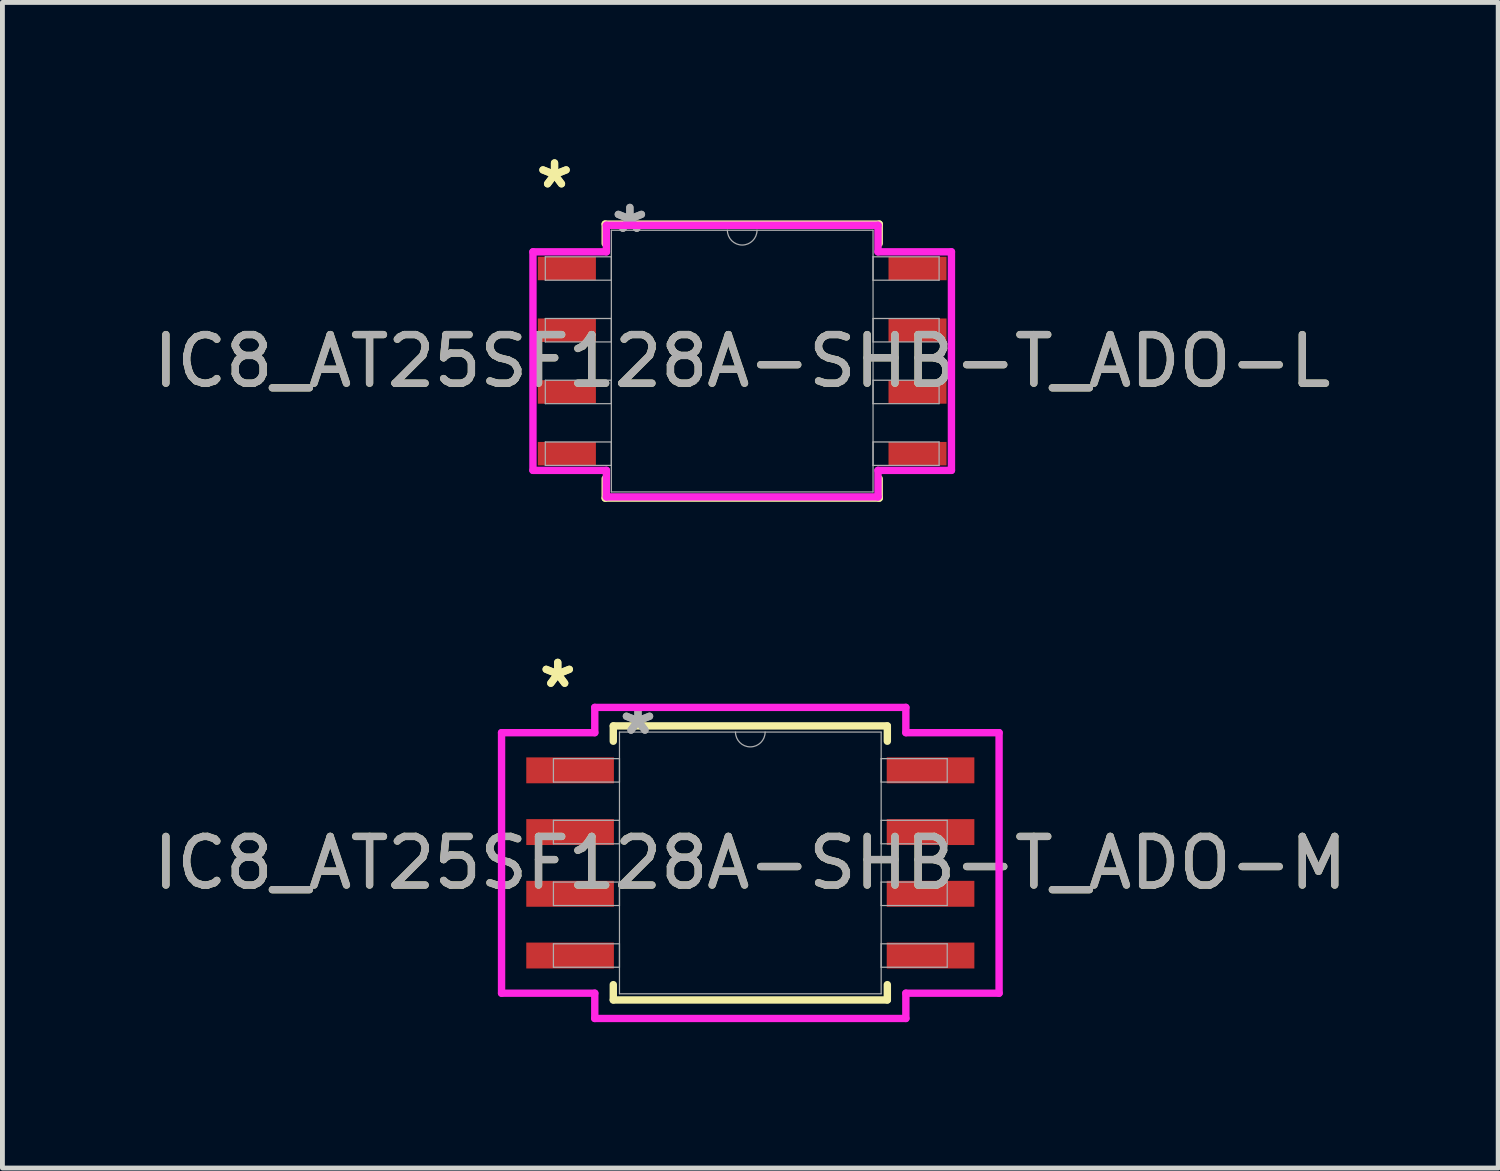
<source format=kicad_pcb>
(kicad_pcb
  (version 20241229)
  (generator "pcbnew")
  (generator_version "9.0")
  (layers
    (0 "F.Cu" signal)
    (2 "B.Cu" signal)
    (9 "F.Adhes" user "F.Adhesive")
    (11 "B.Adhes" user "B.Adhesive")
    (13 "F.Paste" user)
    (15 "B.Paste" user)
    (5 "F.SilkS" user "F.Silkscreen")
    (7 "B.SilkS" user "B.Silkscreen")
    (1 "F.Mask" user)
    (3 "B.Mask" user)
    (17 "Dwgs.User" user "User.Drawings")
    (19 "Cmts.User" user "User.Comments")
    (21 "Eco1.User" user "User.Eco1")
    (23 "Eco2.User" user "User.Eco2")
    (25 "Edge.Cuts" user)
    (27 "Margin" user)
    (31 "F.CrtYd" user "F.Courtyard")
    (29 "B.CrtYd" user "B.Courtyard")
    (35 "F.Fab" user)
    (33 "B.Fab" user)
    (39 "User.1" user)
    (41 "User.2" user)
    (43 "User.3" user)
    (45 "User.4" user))
  (footprint "IC8_AT25SF128A-SHB-T_ADO-M"
    (layer "F.Cu")
    (at 12.387 14.704)
    (property "Reference" "IC8_AT25SF128A-SHB-T_ADO-M" (at 0 0 0) (unlocked yes) (layer "F.SilkS") (effects (font (size 1 1) (thickness 0.15))))
    (attr smd)
    (fp_line (start -2.819 -2.819) (end -2.819 -2.504) (stroke (width 0.152) (type solid)) (layer "F.SilkS"))
    (fp_line (start -2.819 2.504) (end -2.819 2.819) (stroke (width 0.152) (type solid)) (layer "F.SilkS"))
    (fp_line (start -2.819 2.819) (end 2.819 2.819) (stroke (width 0.152) (type solid)) (layer "F.SilkS"))
    (fp_line (start 2.819 -2.819) (end -2.819 -2.819) (stroke (width 0.152) (type solid)) (layer "F.SilkS"))
    (fp_line (start 2.819 -2.504) (end 2.819 -2.819) (stroke (width 0.152) (type solid)) (layer "F.SilkS"))
    (fp_line (start 2.819 2.819) (end 2.819 2.504) (stroke (width 0.152) (type solid)) (layer "F.SilkS"))
    (fp_line (start -5.118 -2.68) (end -3.2 -2.68) (stroke (width 0.152) (type solid)) (layer "F.CrtYd"))
    (fp_line (start -5.118 2.68) (end -5.118 -2.68) (stroke (width 0.152) (type solid)) (layer "F.CrtYd"))
    (fp_line (start -5.118 2.68) (end -3.2 2.68) (stroke (width 0.152) (type solid)) (layer "F.CrtYd"))
    (fp_line (start -3.2 -3.2) (end 3.2 -3.2) (stroke (width 0.152) (type solid)) (layer "F.CrtYd"))
    (fp_line (start -3.2 -2.68) (end -3.2 -3.2) (stroke (width 0.152) (type solid)) (layer "F.CrtYd"))
    (fp_line (start -3.2 3.2) (end -3.2 2.68) (stroke (width 0.152) (type solid)) (layer "F.CrtYd"))
    (fp_line (start 3.2 -3.2) (end 3.2 -2.68) (stroke (width 0.152) (type solid)) (layer "F.CrtYd"))
    (fp_line (start 3.2 2.68) (end 3.2 3.2) (stroke (width 0.152) (type solid)) (layer "F.CrtYd"))
    (fp_line (start 3.2 3.2) (end -3.2 3.2) (stroke (width 0.152) (type solid)) (layer "F.CrtYd"))
    (fp_line (start 5.118 -2.68) (end 3.2 -2.68) (stroke (width 0.152) (type solid)) (layer "F.CrtYd"))
    (fp_line (start 5.118 -2.68) (end 5.118 2.68) (stroke (width 0.152) (type solid)) (layer "F.CrtYd"))
    (fp_line (start 5.118 2.68) (end 3.2 2.68) (stroke (width 0.152) (type solid)) (layer "F.CrtYd"))
    (fp_line (start -4.051 -2.146) (end -4.051 -1.664) (stroke (width 0.025) (type solid)) (layer "F.Fab"))
    (fp_line (start -4.051 -1.664) (end -2.692 -1.664) (stroke (width 0.025) (type solid)) (layer "F.Fab"))
    (fp_line (start -4.051 -0.876) (end -4.051 -0.394) (stroke (width 0.025) (type solid)) (layer "F.Fab"))
    (fp_line (start -4.051 -0.394) (end -2.692 -0.394) (stroke (width 0.025) (type solid)) (layer "F.Fab"))
    (fp_line (start -4.051 0.394) (end -4.051 0.876) (stroke (width 0.025) (type solid)) (layer "F.Fab"))
    (fp_line (start -4.051 0.876) (end -2.692 0.876) (stroke (width 0.025) (type solid)) (layer "F.Fab"))
    (fp_line (start -4.051 1.664) (end -4.051 2.146) (stroke (width 0.025) (type solid)) (layer "F.Fab"))
    (fp_line (start -4.051 2.146) (end -2.692 2.146) (stroke (width 0.025) (type solid)) (layer "F.Fab"))
    (fp_line (start -2.692 -2.692) (end -2.692 2.692) (stroke (width 0.025) (type solid)) (layer "F.Fab"))
    (fp_line (start -2.692 -2.146) (end -4.051 -2.146) (stroke (width 0.025) (type solid)) (layer "F.Fab"))
    (fp_line (start -2.692 -1.664) (end -2.692 -2.146) (stroke (width 0.025) (type solid)) (layer "F.Fab"))
    (fp_line (start -2.692 -0.876) (end -4.051 -0.876) (stroke (width 0.025) (type solid)) (layer "F.Fab"))
    (fp_line (start -2.692 -0.394) (end -2.692 -0.876) (stroke (width 0.025) (type solid)) (layer "F.Fab"))
    (fp_line (start -2.692 0.394) (end -4.051 0.394) (stroke (width 0.025) (type solid)) (layer "F.Fab"))
    (fp_line (start -2.692 0.876) (end -2.692 0.394) (stroke (width 0.025) (type solid)) (layer "F.Fab"))
    (fp_line (start -2.692 1.664) (end -4.051 1.664) (stroke (width 0.025) (type solid)) (layer "F.Fab"))
    (fp_line (start -2.692 2.146) (end -2.692 1.664) (stroke (width 0.025) (type solid)) (layer "F.Fab"))
    (fp_line (start -2.692 2.692) (end 2.692 2.692) (stroke (width 0.025) (type solid)) (layer "F.Fab"))
    (fp_line (start 2.692 -2.692) (end -2.692 -2.692) (stroke (width 0.025) (type solid)) (layer "F.Fab"))
    (fp_line (start 2.692 -2.146) (end 2.692 -1.664) (stroke (width 0.025) (type solid)) (layer "F.Fab"))
    (fp_line (start 2.692 -1.664) (end 4.051 -1.664) (stroke (width 0.025) (type solid)) (layer "F.Fab"))
    (fp_line (start 2.692 -0.876) (end 2.692 -0.394) (stroke (width 0.025) (type solid)) (layer "F.Fab"))
    (fp_line (start 2.692 -0.394) (end 4.051 -0.394) (stroke (width 0.025) (type solid)) (layer "F.Fab"))
    (fp_line (start 2.692 0.394) (end 2.692 0.876) (stroke (width 0.025) (type solid)) (layer "F.Fab"))
    (fp_line (start 2.692 0.876) (end 4.051 0.876) (stroke (width 0.025) (type solid)) (layer "F.Fab"))
    (fp_line (start 2.692 1.664) (end 2.692 2.146) (stroke (width 0.025) (type solid)) (layer "F.Fab"))
    (fp_line (start 2.692 2.146) (end 4.051 2.146) (stroke (width 0.025) (type solid)) (layer "F.Fab"))
    (fp_line (start 2.692 2.692) (end 2.692 -2.692) (stroke (width 0.025) (type solid)) (layer "F.Fab"))
    (fp_line (start 4.051 -2.146) (end 2.692 -2.146) (stroke (width 0.025) (type solid)) (layer "F.Fab"))
    (fp_line (start 4.051 -1.664) (end 4.051 -2.146) (stroke (width 0.025) (type solid)) (layer "F.Fab"))
    (fp_line (start 4.051 -0.876) (end 2.692 -0.876) (stroke (width 0.025) (type solid)) (layer "F.Fab"))
    (fp_line (start 4.051 -0.394) (end 4.051 -0.876) (stroke (width 0.025) (type solid)) (layer "F.Fab"))
    (fp_line (start 4.051 0.394) (end 2.692 0.394) (stroke (width 0.025) (type solid)) (layer "F.Fab"))
    (fp_line (start 4.051 0.876) (end 4.051 0.394) (stroke (width 0.025) (type solid)) (layer "F.Fab"))
    (fp_line (start 4.051 1.664) (end 2.692 1.664) (stroke (width 0.025) (type solid)) (layer "F.Fab"))
    (fp_line (start 4.051 2.146) (end 4.051 1.664) (stroke (width 0.025) (type solid)) (layer "F.Fab"))
    (fp_arc (start 0.3048 -2.6924) (mid 0 -2.3876) (end -0.3048 -2.6924) (stroke (width 0.0254) (type solid)) (layer "F.Fab"))
    (fp_text user "*" (at -3.962 -3.581 0) (layer "F.SilkS") (effects (font (size 1 1) (thickness 0.15))))
    (fp_text user "*" (at -3.962 -3.581 0) (unlocked yes) (layer "F.SilkS") (effects (font (size 1 1) (thickness 0.15))))
    (fp_text user "${REFERENCE}" (at 0 0 0) (unlocked yes) (layer "F.Fab") (effects (font (size 1 1) (thickness 0.15))))
    (fp_text user "*" (at -2.311 -2.616 0) (unlocked yes) (layer "F.Fab") (effects (font (size 1 1) (thickness 0.15))))
    (fp_text user "*" (at -2.311 -2.616 0) (layer "F.Fab") (effects (font (size 1 1) (thickness 0.15))))
    (pad "1" smd rect (at -3.708 -1.905) (size 1.803 0.533) (layers "F.Cu" "F.Mask" "F.Paste"))
    (pad "2" smd rect (at -3.708 -0.635) (size 1.803 0.533) (layers "F.Cu" "F.Mask" "F.Paste"))
    (pad "3" smd rect (at -3.708 0.635) (size 1.803 0.533) (layers "F.Cu" "F.Mask" "F.Paste"))
    (pad "4" smd rect (at -3.708 1.905) (size 1.803 0.533) (layers "F.Cu" "F.Mask" "F.Paste"))
    (pad "5" smd rect (at 3.708 1.905) (size 1.803 0.533) (layers "F.Cu" "F.Mask" "F.Paste"))
    (pad "6" smd rect (at 3.708 0.635) (size 1.803 0.533) (layers "F.Cu" "F.Mask" "F.Paste"))
    (pad "7" smd rect (at 3.708 -0.635) (size 1.803 0.533) (layers "F.Cu" "F.Mask" "F.Paste"))
    (pad "8" smd rect (at 3.708 -1.905) (size 1.803 0.533) (layers "F.Cu" "F.Mask" "F.Paste")))
  (footprint "IC8_AT25SF128A-SHB-T_ADO-L"
    (layer "F.Cu")
    (at 12.22 4.379)
    (property "Reference" "IC8_AT25SF128A-SHB-T_ADO-L" (at 0 0 0) (unlocked yes) (layer "F.SilkS") (effects (font (size 1 1) (thickness 0.15))))
    (attr smd)
    (fp_line (start -2.819 -2.819) (end -2.819 -2.419) (stroke (width 0.152) (type solid)) (layer "F.SilkS"))
    (fp_line (start -2.819 2.419) (end -2.819 2.819) (stroke (width 0.152) (type solid)) (layer "F.SilkS"))
    (fp_line (start -2.819 2.819) (end 2.819 2.819) (stroke (width 0.152) (type solid)) (layer "F.SilkS"))
    (fp_line (start 2.819 -2.819) (end -2.819 -2.819) (stroke (width 0.152) (type solid)) (layer "F.SilkS"))
    (fp_line (start 2.819 -2.419) (end 2.819 -2.819) (stroke (width 0.152) (type solid)) (layer "F.SilkS"))
    (fp_line (start 2.819 2.819) (end 2.819 2.419) (stroke (width 0.152) (type solid)) (layer "F.SilkS"))
    (fp_line (start -4.305 -2.248) (end -2.794 -2.248) (stroke (width 0.152) (type solid)) (layer "F.CrtYd"))
    (fp_line (start -4.305 2.248) (end -4.305 -2.248) (stroke (width 0.152) (type solid)) (layer "F.CrtYd"))
    (fp_line (start -4.305 2.248) (end -2.794 2.248) (stroke (width 0.152) (type solid)) (layer "F.CrtYd"))
    (fp_line (start -2.794 -2.794) (end 2.794 -2.794) (stroke (width 0.152) (type solid)) (layer "F.CrtYd"))
    (fp_line (start -2.794 -2.248) (end -2.794 -2.794) (stroke (width 0.152) (type solid)) (layer "F.CrtYd"))
    (fp_line (start -2.794 2.794) (end -2.794 2.248) (stroke (width 0.152) (type solid)) (layer "F.CrtYd"))
    (fp_line (start 2.794 -2.794) (end 2.794 -2.248) (stroke (width 0.152) (type solid)) (layer "F.CrtYd"))
    (fp_line (start 2.794 2.248) (end 2.794 2.794) (stroke (width 0.152) (type solid)) (layer "F.CrtYd"))
    (fp_line (start 2.794 2.794) (end -2.794 2.794) (stroke (width 0.152) (type solid)) (layer "F.CrtYd"))
    (fp_line (start 4.305 -2.248) (end 2.794 -2.248) (stroke (width 0.152) (type solid)) (layer "F.CrtYd"))
    (fp_line (start 4.305 -2.248) (end 4.305 2.248) (stroke (width 0.152) (type solid)) (layer "F.CrtYd"))
    (fp_line (start 4.305 2.248) (end 2.794 2.248) (stroke (width 0.152) (type solid)) (layer "F.CrtYd"))
    (fp_line (start -4.051 -2.146) (end -4.051 -1.664) (stroke (width 0.025) (type solid)) (layer "F.Fab"))
    (fp_line (start -4.051 -1.664) (end -2.692 -1.664) (stroke (width 0.025) (type solid)) (layer "F.Fab"))
    (fp_line (start -4.051 -0.876) (end -4.051 -0.394) (stroke (width 0.025) (type solid)) (layer "F.Fab"))
    (fp_line (start -4.051 -0.394) (end -2.692 -0.394) (stroke (width 0.025) (type solid)) (layer "F.Fab"))
    (fp_line (start -4.051 0.394) (end -4.051 0.876) (stroke (width 0.025) (type solid)) (layer "F.Fab"))
    (fp_line (start -4.051 0.876) (end -2.692 0.876) (stroke (width 0.025) (type solid)) (layer "F.Fab"))
    (fp_line (start -4.051 1.664) (end -4.051 2.146) (stroke (width 0.025) (type solid)) (layer "F.Fab"))
    (fp_line (start -4.051 2.146) (end -2.692 2.146) (stroke (width 0.025) (type solid)) (layer "F.Fab"))
    (fp_line (start -2.692 -2.692) (end -2.692 2.692) (stroke (width 0.025) (type solid)) (layer "F.Fab"))
    (fp_line (start -2.692 -2.146) (end -4.051 -2.146) (stroke (width 0.025) (type solid)) (layer "F.Fab"))
    (fp_line (start -2.692 -1.664) (end -2.692 -2.146) (stroke (width 0.025) (type solid)) (layer "F.Fab"))
    (fp_line (start -2.692 -0.876) (end -4.051 -0.876) (stroke (width 0.025) (type solid)) (layer "F.Fab"))
    (fp_line (start -2.692 -0.394) (end -2.692 -0.876) (stroke (width 0.025) (type solid)) (layer "F.Fab"))
    (fp_line (start -2.692 0.394) (end -4.051 0.394) (stroke (width 0.025) (type solid)) (layer "F.Fab"))
    (fp_line (start -2.692 0.876) (end -2.692 0.394) (stroke (width 0.025) (type solid)) (layer "F.Fab"))
    (fp_line (start -2.692 1.664) (end -4.051 1.664) (stroke (width 0.025) (type solid)) (layer "F.Fab"))
    (fp_line (start -2.692 2.146) (end -2.692 1.664) (stroke (width 0.025) (type solid)) (layer "F.Fab"))
    (fp_line (start -2.692 2.692) (end 2.692 2.692) (stroke (width 0.025) (type solid)) (layer "F.Fab"))
    (fp_line (start 2.692 -2.692) (end -2.692 -2.692) (stroke (width 0.025) (type solid)) (layer "F.Fab"))
    (fp_line (start 2.692 -2.146) (end 2.692 -1.664) (stroke (width 0.025) (type solid)) (layer "F.Fab"))
    (fp_line (start 2.692 -1.664) (end 4.051 -1.664) (stroke (width 0.025) (type solid)) (layer "F.Fab"))
    (fp_line (start 2.692 -0.876) (end 2.692 -0.394) (stroke (width 0.025) (type solid)) (layer "F.Fab"))
    (fp_line (start 2.692 -0.394) (end 4.051 -0.394) (stroke (width 0.025) (type solid)) (layer "F.Fab"))
    (fp_line (start 2.692 0.394) (end 2.692 0.876) (stroke (width 0.025) (type solid)) (layer "F.Fab"))
    (fp_line (start 2.692 0.876) (end 4.051 0.876) (stroke (width 0.025) (type solid)) (layer "F.Fab"))
    (fp_line (start 2.692 1.664) (end 2.692 2.146) (stroke (width 0.025) (type solid)) (layer "F.Fab"))
    (fp_line (start 2.692 2.146) (end 4.051 2.146) (stroke (width 0.025) (type solid)) (layer "F.Fab"))
    (fp_line (start 2.692 2.692) (end 2.692 -2.692) (stroke (width 0.025) (type solid)) (layer "F.Fab"))
    (fp_line (start 4.051 -2.146) (end 2.692 -2.146) (stroke (width 0.025) (type solid)) (layer "F.Fab"))
    (fp_line (start 4.051 -1.664) (end 4.051 -2.146) (stroke (width 0.025) (type solid)) (layer "F.Fab"))
    (fp_line (start 4.051 -0.876) (end 2.692 -0.876) (stroke (width 0.025) (type solid)) (layer "F.Fab"))
    (fp_line (start 4.051 -0.394) (end 4.051 -0.876) (stroke (width 0.025) (type solid)) (layer "F.Fab"))
    (fp_line (start 4.051 0.394) (end 2.692 0.394) (stroke (width 0.025) (type solid)) (layer "F.Fab"))
    (fp_line (start 4.051 0.876) (end 4.051 0.394) (stroke (width 0.025) (type solid)) (layer "F.Fab"))
    (fp_line (start 4.051 1.664) (end 2.692 1.664) (stroke (width 0.025) (type solid)) (layer "F.Fab"))
    (fp_line (start 4.051 2.146) (end 4.051 1.664) (stroke (width 0.025) (type solid)) (layer "F.Fab"))
    (fp_arc (start 0.3048 -2.6924) (mid 0 -2.3876) (end -0.3048 -2.6924) (stroke (width 0.0254) (type solid)) (layer "F.Fab"))
    (fp_text user "*" (at -3.861 -3.531 0) (unlocked yes) (layer "F.SilkS") (effects (font (size 1 1) (thickness 0.15))))
    (fp_text user "*" (at -3.861 -3.531 0) (layer "F.SilkS") (effects (font (size 1 1) (thickness 0.15))))
    (fp_text user "*" (at -2.311 -2.616 0) (layer "F.Fab") (effects (font (size 1 1) (thickness 0.15))))
    (fp_text user "*" (at -2.311 -2.616 0) (unlocked yes) (layer "F.Fab") (effects (font (size 1 1) (thickness 0.15))))
    (fp_text user "${REFERENCE}" (at 0 0 0) (unlocked yes) (layer "F.Fab") (effects (font (size 1 1) (thickness 0.15))))
    (pad "1" smd rect (at -3.607 -1.905) (size 1.194 0.483) (layers "F.Cu" "F.Mask" "F.Paste"))
    (pad "2" smd rect (at -3.607 -0.635) (size 1.194 0.483) (layers "F.Cu" "F.Mask" "F.Paste"))
    (pad "3" smd rect (at -3.607 0.635) (size 1.194 0.483) (layers "F.Cu" "F.Mask" "F.Paste"))
    (pad "4" smd rect (at -3.607 1.905) (size 1.194 0.483) (layers "F.Cu" "F.Mask" "F.Paste"))
    (pad "5" smd rect (at 3.607 1.905) (size 1.194 0.483) (layers "F.Cu" "F.Mask" "F.Paste"))
    (pad "6" smd rect (at 3.607 0.635) (size 1.194 0.483) (layers "F.Cu" "F.Mask" "F.Paste"))
    (pad "7" smd rect (at 3.607 -0.635) (size 1.194 0.483) (layers "F.Cu" "F.Mask" "F.Paste"))
    (pad "8" smd rect (at 3.607 -1.905) (size 1.194 0.483) (layers "F.Cu" "F.Mask" "F.Paste")))
  (gr_rect
    (start -3 -3)
    (end 27.774 20.981)
    (stroke (width 0.1) (type default))
    (fill no)
    (layer "Edge.Cuts")))
</source>
